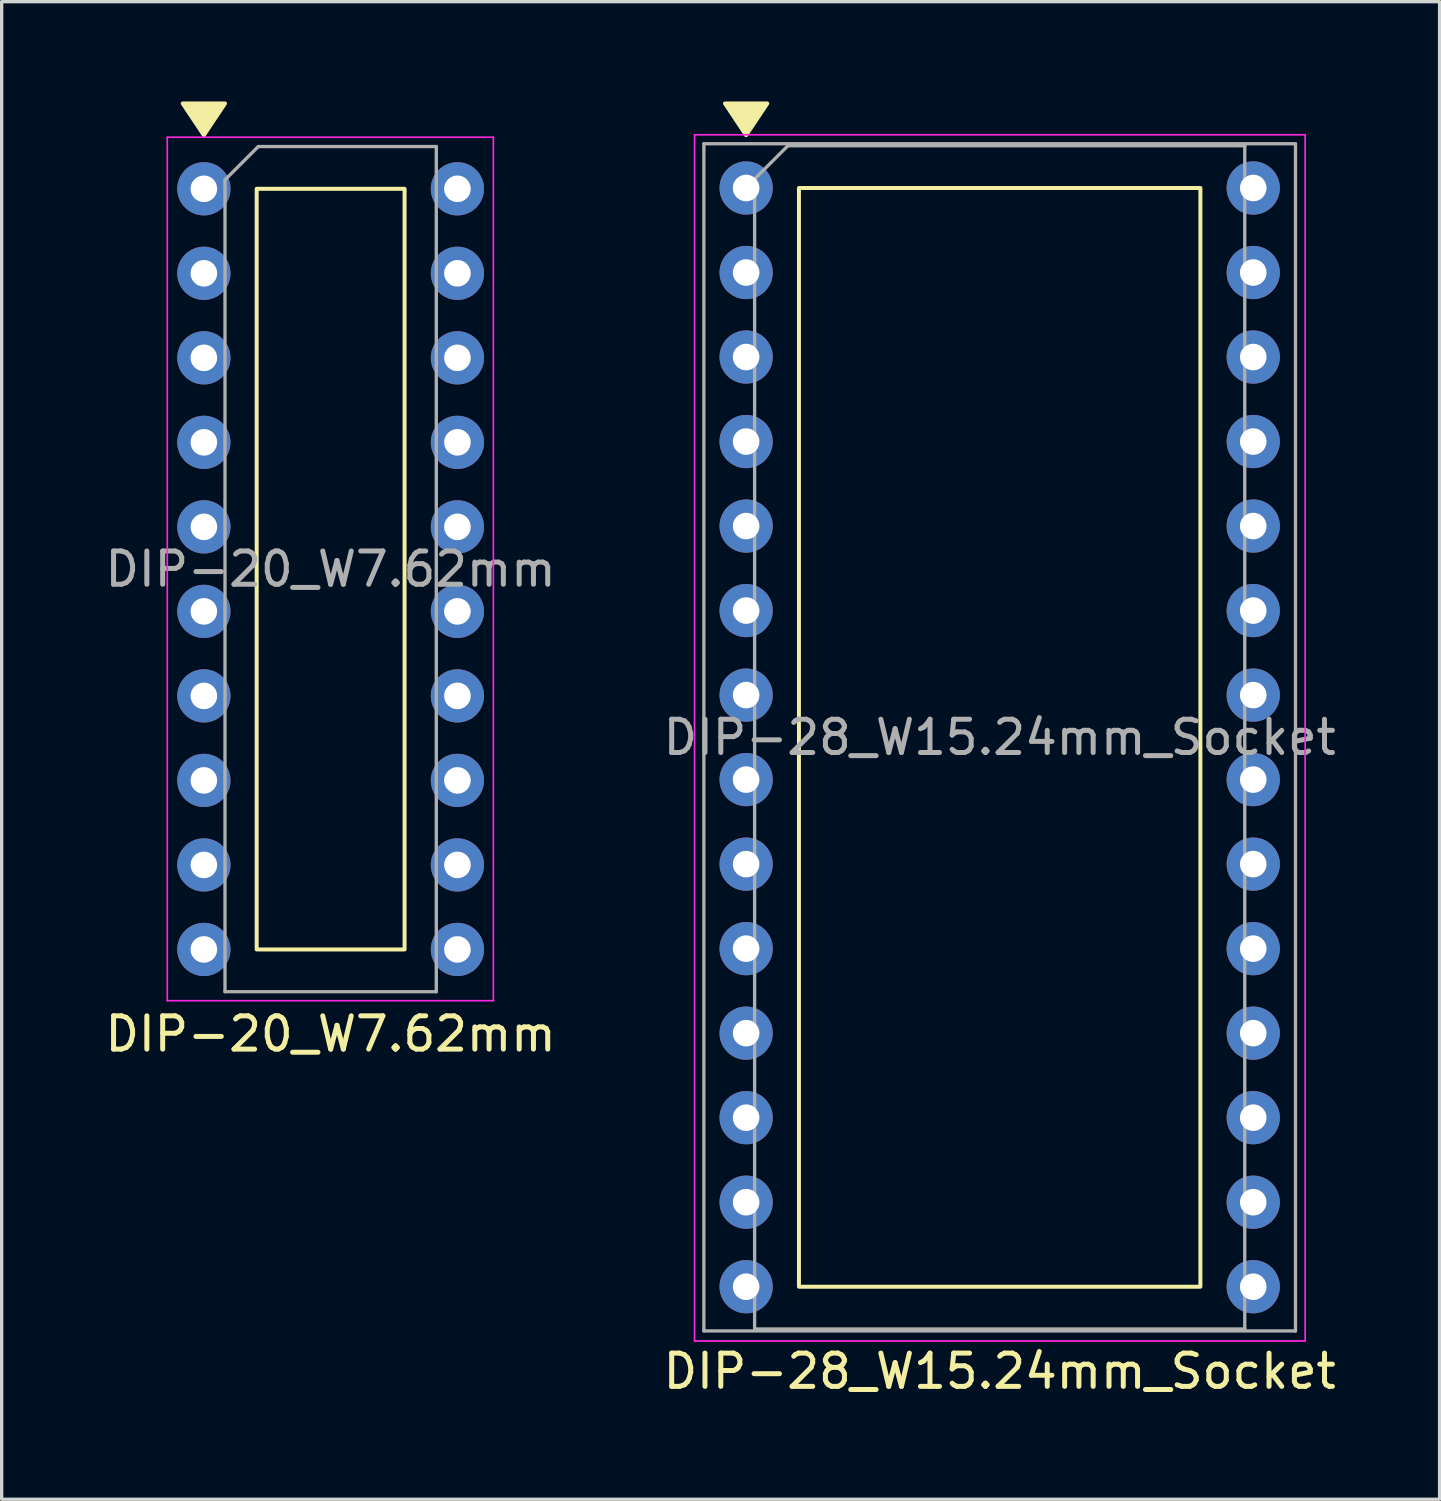
<source format=kicad_pcb>
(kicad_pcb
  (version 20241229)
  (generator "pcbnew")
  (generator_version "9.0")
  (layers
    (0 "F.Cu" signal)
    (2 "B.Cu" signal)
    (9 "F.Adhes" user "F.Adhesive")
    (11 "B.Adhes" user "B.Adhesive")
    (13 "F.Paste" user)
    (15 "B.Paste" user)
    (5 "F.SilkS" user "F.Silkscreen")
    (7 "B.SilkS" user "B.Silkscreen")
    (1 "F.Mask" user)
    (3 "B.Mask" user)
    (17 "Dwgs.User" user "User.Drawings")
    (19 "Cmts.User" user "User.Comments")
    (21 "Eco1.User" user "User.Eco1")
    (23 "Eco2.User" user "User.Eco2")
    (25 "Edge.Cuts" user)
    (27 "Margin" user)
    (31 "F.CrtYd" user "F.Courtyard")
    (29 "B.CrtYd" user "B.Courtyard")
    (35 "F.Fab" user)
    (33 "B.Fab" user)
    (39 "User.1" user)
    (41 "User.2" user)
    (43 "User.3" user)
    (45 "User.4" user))
  (footprint "DIP-20_W7.62mm"
    (layer "F.Cu")
    (at 3.077 2.624)
    (property "Reference" "DIP-20_W7.62mm" (at 3.81 25.4 0) (layer "F.SilkS") (effects (font (size 1 1) (thickness 0.15))))
    (attr through_hole)
    (fp_rect (start 1.587 0) (end 6.032 22.86) (stroke (width 0.12) (type default)) (fill no) (layer "F.SilkS"))
    (fp_poly (pts (xy 0 -1.612) (xy 0.635 -2.564) (xy -0.635 -2.564)) (stroke (width 0.12) (type solid)) (fill yes) (layer "F.SilkS"))
    (fp_line (start -1.1 -1.55) (end -1.1 24.4) (stroke (width 0.05) (type solid)) (layer "F.CrtYd"))
    (fp_line (start -1.1 24.4) (end 8.7 24.4) (stroke (width 0.05) (type solid)) (layer "F.CrtYd"))
    (fp_line (start 8.7 -1.55) (end -1.1 -1.55) (stroke (width 0.05) (type solid)) (layer "F.CrtYd"))
    (fp_line (start 8.7 24.4) (end 8.7 -1.55) (stroke (width 0.05) (type solid)) (layer "F.CrtYd"))
    (fp_line (start 0.635 -0.27) (end 1.635 -1.27) (stroke (width 0.1) (type solid)) (layer "F.Fab"))
    (fp_line (start 0.635 24.13) (end 0.635 -0.27) (stroke (width 0.1) (type solid)) (layer "F.Fab"))
    (fp_line (start 1.635 -1.27) (end 6.985 -1.27) (stroke (width 0.1) (type solid)) (layer "F.Fab"))
    (fp_line (start 6.985 -1.27) (end 6.985 24.13) (stroke (width 0.1) (type solid)) (layer "F.Fab"))
    (fp_line (start 6.985 24.13) (end 0.635 24.13) (stroke (width 0.1) (type solid)) (layer "F.Fab"))
    (fp_text user "${REFERENCE}" (at 3.81 11.43 0) (layer "F.Fab") (effects (font (size 1 1) (thickness 0.15))))
    (pad "1" thru_hole oval (at 0 0) (size 1.6 1.6) (drill 0.8) (layers "*.Cu" "*.Mask"))
    (pad "2" thru_hole oval (at 0 2.54) (size 1.6 1.6) (drill 0.8) (layers "*.Cu" "*.Mask"))
    (pad "3" thru_hole oval (at 0 5.08) (size 1.6 1.6) (drill 0.8) (layers "*.Cu" "*.Mask"))
    (pad "4" thru_hole oval (at 0 7.62) (size 1.6 1.6) (drill 0.8) (layers "*.Cu" "*.Mask"))
    (pad "5" thru_hole oval (at 0 10.16) (size 1.6 1.6) (drill 0.8) (layers "*.Cu" "*.Mask"))
    (pad "6" thru_hole oval (at 0 12.7) (size 1.6 1.6) (drill 0.8) (layers "*.Cu" "*.Mask"))
    (pad "7" thru_hole oval (at 0 15.24) (size 1.6 1.6) (drill 0.8) (layers "*.Cu" "*.Mask"))
    (pad "8" thru_hole oval (at 0 17.78) (size 1.6 1.6) (drill 0.8) (layers "*.Cu" "*.Mask"))
    (pad "9" thru_hole oval (at 0 20.32) (size 1.6 1.6) (drill 0.8) (layers "*.Cu" "*.Mask"))
    (pad "10" thru_hole oval (at 0 22.86) (size 1.6 1.6) (drill 0.8) (layers "*.Cu" "*.Mask"))
    (pad "11" thru_hole oval (at 7.62 22.86) (size 1.6 1.6) (drill 0.8) (layers "*.Cu" "*.Mask"))
    (pad "12" thru_hole oval (at 7.62 20.32) (size 1.6 1.6) (drill 0.8) (layers "*.Cu" "*.Mask"))
    (pad "13" thru_hole oval (at 7.62 17.78) (size 1.6 1.6) (drill 0.8) (layers "*.Cu" "*.Mask"))
    (pad "14" thru_hole oval (at 7.62 15.24) (size 1.6 1.6) (drill 0.8) (layers "*.Cu" "*.Mask"))
    (pad "15" thru_hole oval (at 7.62 12.7) (size 1.6 1.6) (drill 0.8) (layers "*.Cu" "*.Mask"))
    (pad "16" thru_hole oval (at 7.62 10.16) (size 1.6 1.6) (drill 0.8) (layers "*.Cu" "*.Mask"))
    (pad "17" thru_hole oval (at 7.62 7.62) (size 1.6 1.6) (drill 0.8) (layers "*.Cu" "*.Mask"))
    (pad "18" thru_hole oval (at 7.62 5.08) (size 1.6 1.6) (drill 0.8) (layers "*.Cu" "*.Mask"))
    (pad "19" thru_hole oval (at 7.62 2.54) (size 1.6 1.6) (drill 0.8) (layers "*.Cu" "*.Mask"))
    (pad "20" thru_hole oval (at 7.62 0) (size 1.6 1.6) (drill 0.8) (layers "*.Cu" "*.Mask")))
  (footprint "DIP-28_W15.24mm_Socket"
    (layer "F.Cu")
    (at 19.374 2.6)
    (property "Reference" "DIP-28_W15.24mm_Socket" (at 7.62 35.56 0) (layer "F.SilkS") (effects (font (size 1 1) (thickness 0.15))))
    (attr through_hole)
    (fp_rect (start 1.587 0) (end 13.652 33.02) (stroke (width 0.12) (type default)) (fill no) (layer "F.SilkS"))
    (fp_poly (pts (xy 0 -1.587) (xy 0.635 -2.54) (xy -0.635 -2.54)) (stroke (width 0.12) (type solid)) (fill yes) (layer "F.SilkS"))
    (fp_line (start -1.55 -1.6) (end -1.55 34.65) (stroke (width 0.05) (type solid)) (layer "F.CrtYd"))
    (fp_line (start -1.55 34.65) (end 16.8 34.65) (stroke (width 0.05) (type solid)) (layer "F.CrtYd"))
    (fp_line (start 16.8 -1.6) (end -1.55 -1.6) (stroke (width 0.05) (type solid)) (layer "F.CrtYd"))
    (fp_line (start 16.8 34.65) (end 16.8 -1.6) (stroke (width 0.05) (type solid)) (layer "F.CrtYd"))
    (fp_line (start -1.27 -1.33) (end -1.27 34.35) (stroke (width 0.1) (type solid)) (layer "F.Fab"))
    (fp_line (start -1.27 34.35) (end 16.51 34.35) (stroke (width 0.1) (type solid)) (layer "F.Fab"))
    (fp_line (start 0.255 -0.27) (end 1.255 -1.27) (stroke (width 0.1) (type solid)) (layer "F.Fab"))
    (fp_line (start 0.255 34.29) (end 0.255 -0.27) (stroke (width 0.1) (type solid)) (layer "F.Fab"))
    (fp_line (start 1.255 -1.27) (end 14.985 -1.27) (stroke (width 0.1) (type solid)) (layer "F.Fab"))
    (fp_line (start 14.985 -1.27) (end 14.985 34.29) (stroke (width 0.1) (type solid)) (layer "F.Fab"))
    (fp_line (start 14.985 34.29) (end 0.255 34.29) (stroke (width 0.1) (type solid)) (layer "F.Fab"))
    (fp_line (start 16.51 -1.33) (end -1.27 -1.33) (stroke (width 0.1) (type solid)) (layer "F.Fab"))
    (fp_line (start 16.51 34.35) (end 16.51 -1.33) (stroke (width 0.1) (type solid)) (layer "F.Fab"))
    (fp_text user "${REFERENCE}" (at 7.62 16.51 0) (layer "F.Fab") (effects (font (size 1 1) (thickness 0.15))))
    (pad "1" thru_hole oval (at 0 0) (size 1.6 1.6) (drill 0.8) (layers "*.Cu" "*.Mask"))
    (pad "2" thru_hole oval (at 0 2.54) (size 1.6 1.6) (drill 0.8) (layers "*.Cu" "*.Mask"))
    (pad "3" thru_hole oval (at 0 5.08) (size 1.6 1.6) (drill 0.8) (layers "*.Cu" "*.Mask"))
    (pad "4" thru_hole oval (at 0 7.62) (size 1.6 1.6) (drill 0.8) (layers "*.Cu" "*.Mask"))
    (pad "5" thru_hole oval (at 0 10.16) (size 1.6 1.6) (drill 0.8) (layers "*.Cu" "*.Mask"))
    (pad "6" thru_hole oval (at 0 12.7) (size 1.6 1.6) (drill 0.8) (layers "*.Cu" "*.Mask"))
    (pad "7" thru_hole oval (at 0 15.24) (size 1.6 1.6) (drill 0.8) (layers "*.Cu" "*.Mask"))
    (pad "8" thru_hole oval (at 0 17.78) (size 1.6 1.6) (drill 0.8) (layers "*.Cu" "*.Mask"))
    (pad "9" thru_hole oval (at 0 20.32) (size 1.6 1.6) (drill 0.8) (layers "*.Cu" "*.Mask"))
    (pad "10" thru_hole oval (at 0 22.86) (size 1.6 1.6) (drill 0.8) (layers "*.Cu" "*.Mask"))
    (pad "11" thru_hole oval (at 0 25.4) (size 1.6 1.6) (drill 0.8) (layers "*.Cu" "*.Mask"))
    (pad "12" thru_hole oval (at 0 27.94) (size 1.6 1.6) (drill 0.8) (layers "*.Cu" "*.Mask"))
    (pad "13" thru_hole oval (at 0 30.48) (size 1.6 1.6) (drill 0.8) (layers "*.Cu" "*.Mask"))
    (pad "14" thru_hole oval (at 0 33.02) (size 1.6 1.6) (drill 0.8) (layers "*.Cu" "*.Mask"))
    (pad "15" thru_hole oval (at 15.24 33.02) (size 1.6 1.6) (drill 0.8) (layers "*.Cu" "*.Mask"))
    (pad "16" thru_hole oval (at 15.24 30.48) (size 1.6 1.6) (drill 0.8) (layers "*.Cu" "*.Mask"))
    (pad "17" thru_hole oval (at 15.24 27.94) (size 1.6 1.6) (drill 0.8) (layers "*.Cu" "*.Mask"))
    (pad "18" thru_hole oval (at 15.24 25.4) (size 1.6 1.6) (drill 0.8) (layers "*.Cu" "*.Mask"))
    (pad "19" thru_hole oval (at 15.24 22.86) (size 1.6 1.6) (drill 0.8) (layers "*.Cu" "*.Mask"))
    (pad "20" thru_hole oval (at 15.24 20.32) (size 1.6 1.6) (drill 0.8) (layers "*.Cu" "*.Mask"))
    (pad "21" thru_hole oval (at 15.24 17.78) (size 1.6 1.6) (drill 0.8) (layers "*.Cu" "*.Mask"))
    (pad "22" thru_hole oval (at 15.24 15.24) (size 1.6 1.6) (drill 0.8) (layers "*.Cu" "*.Mask"))
    (pad "23" thru_hole oval (at 15.24 12.7) (size 1.6 1.6) (drill 0.8) (layers "*.Cu" "*.Mask"))
    (pad "24" thru_hole oval (at 15.24 10.16) (size 1.6 1.6) (drill 0.8) (layers "*.Cu" "*.Mask"))
    (pad "25" thru_hole oval (at 15.24 7.62) (size 1.6 1.6) (drill 0.8) (layers "*.Cu" "*.Mask"))
    (pad "26" thru_hole oval (at 15.24 5.08) (size 1.6 1.6) (drill 0.8) (layers "*.Cu" "*.Mask"))
    (pad "27" thru_hole oval (at 15.24 2.54) (size 1.6 1.6) (drill 0.8) (layers "*.Cu" "*.Mask"))
    (pad "28" thru_hole oval (at 15.24 0) (size 1.6 1.6) (drill 0.8) (layers "*.Cu" "*.Mask")))
  (gr_rect
    (start -3 -3)
    (end 40.214 42.008)
    (stroke (width 0.1) (type default))
    (fill no)
    (layer "Edge.Cuts")))
</source>
